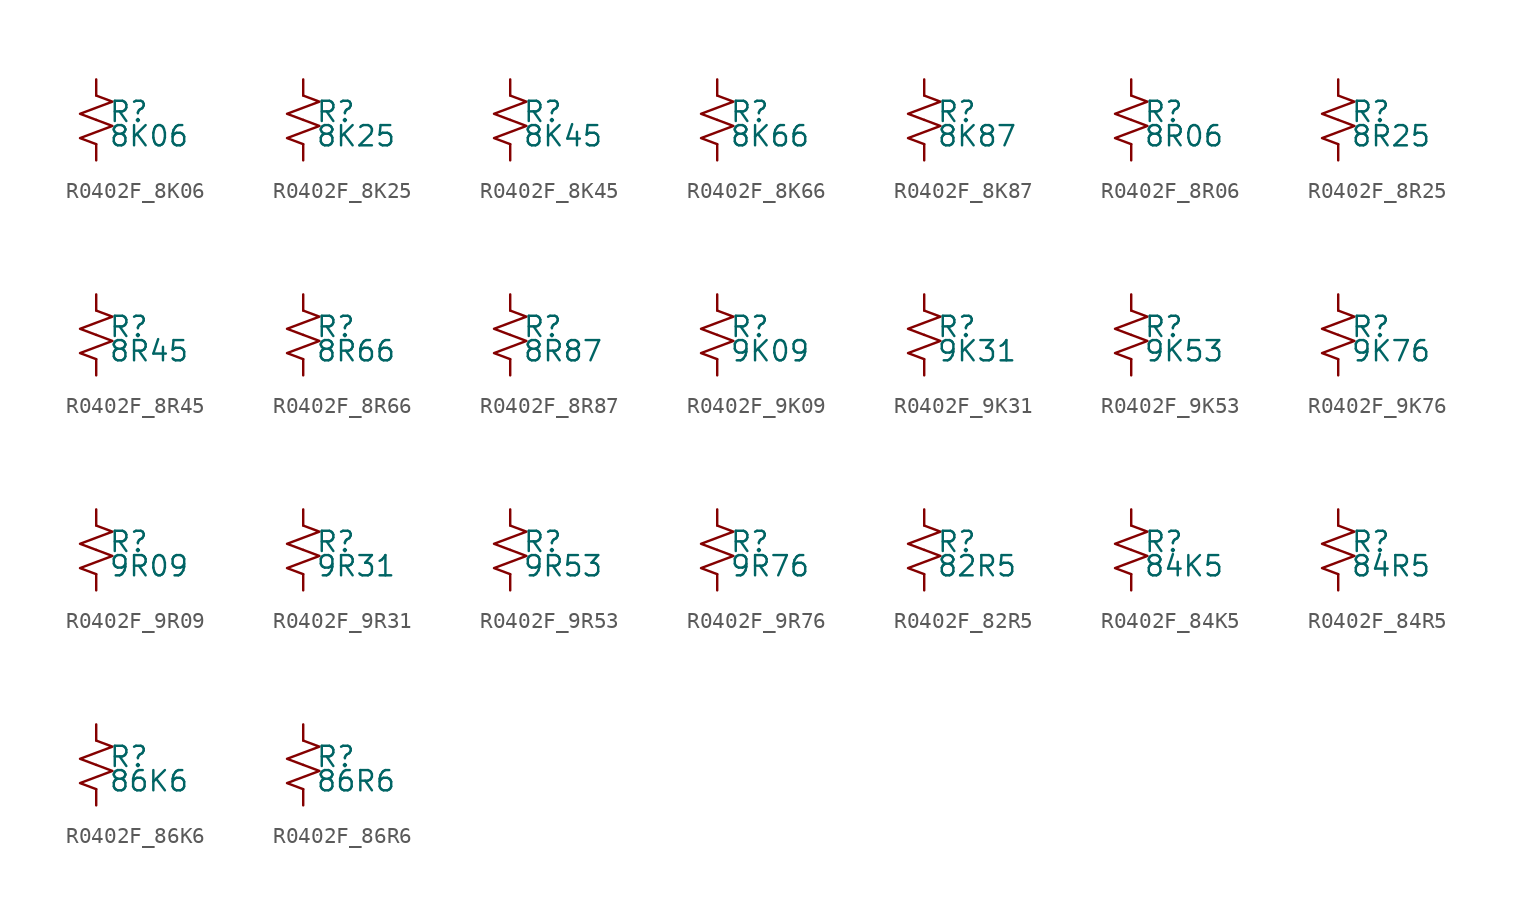
<source format=kicad_sym>
(kicad_symbol_lib
  (version 20220914)
  (generator kicad_symbol_editor)
  (symbol "R0402F_8K06"
    (pin_numbers hide)
    (pin_names
      (offset 0.254) hide)
    (property "Reference" "R"
      (at 0.762 0.508 0)
      (effects (font (size 1.27 1.27)) (justify left)))
    (property "Value" "8K06"
      (at 0.762 -1.016 0)
      (effects (font (size 1.27 1.27)) (justify left)))
    (symbol "R0402F_8K06_1_1"
      (polyline (pts (xy 0 0) (xy 1.016 -0.381) (xy 0 -0.762) (xy -1.016 -1.143) (xy 0 -1.524)) (stroke (width 0) (type default)) (fill (type none)))
      (polyline (pts (xy 0 1.524) (xy 1.016 1.143) (xy 0 0.762) (xy -1.016 0.381) (xy 0 0)) (stroke (width 0) (type default)) (fill (type none)))
      (pin passive line (at 0 2.54 270) (length 1.016) (name "~" (effects (font (size 1.27 1.27)))) (number "1" (effects (font (size 1.27 1.27)))))
      (pin passive line (at 0 -2.54 90) (length 1.016) (name "~" (effects (font (size 1.27 1.27)))) (number "2" (effects (font (size 1.27 1.27)))))))
  (symbol "R0402F_8K25"
    (pin_numbers hide)
    (pin_names
      (offset 0.254) hide)
    (property "Reference" "R"
      (at 0.762 0.508 0)
      (effects (font (size 1.27 1.27)) (justify left)))
    (property "Value" "8K25"
      (at 0.762 -1.016 0)
      (effects (font (size 1.27 1.27)) (justify left)))
    (symbol "R0402F_8K25_1_1"
      (polyline (pts (xy 0 0) (xy 1.016 -0.381) (xy 0 -0.762) (xy -1.016 -1.143) (xy 0 -1.524)) (stroke (width 0) (type default)) (fill (type none)))
      (polyline (pts (xy 0 1.524) (xy 1.016 1.143) (xy 0 0.762) (xy -1.016 0.381) (xy 0 0)) (stroke (width 0) (type default)) (fill (type none)))
      (pin passive line (at 0 2.54 270) (length 1.016) (name "~" (effects (font (size 1.27 1.27)))) (number "1" (effects (font (size 1.27 1.27)))))
      (pin passive line (at 0 -2.54 90) (length 1.016) (name "~" (effects (font (size 1.27 1.27)))) (number "2" (effects (font (size 1.27 1.27)))))))
  (symbol "R0402F_8K45"
    (pin_numbers hide)
    (pin_names
      (offset 0.254) hide)
    (property "Reference" "R"
      (at 0.762 0.508 0)
      (effects (font (size 1.27 1.27)) (justify left)))
    (property "Value" "8K45"
      (at 0.762 -1.016 0)
      (effects (font (size 1.27 1.27)) (justify left)))
    (symbol "R0402F_8K45_1_1"
      (polyline (pts (xy 0 0) (xy 1.016 -0.381) (xy 0 -0.762) (xy -1.016 -1.143) (xy 0 -1.524)) (stroke (width 0) (type default)) (fill (type none)))
      (polyline (pts (xy 0 1.524) (xy 1.016 1.143) (xy 0 0.762) (xy -1.016 0.381) (xy 0 0)) (stroke (width 0) (type default)) (fill (type none)))
      (pin passive line (at 0 2.54 270) (length 1.016) (name "~" (effects (font (size 1.27 1.27)))) (number "1" (effects (font (size 1.27 1.27)))))
      (pin passive line (at 0 -2.54 90) (length 1.016) (name "~" (effects (font (size 1.27 1.27)))) (number "2" (effects (font (size 1.27 1.27)))))))
  (symbol "R0402F_8K66"
    (pin_numbers hide)
    (pin_names
      (offset 0.254) hide)
    (property "Reference" "R"
      (at 0.762 0.508 0)
      (effects (font (size 1.27 1.27)) (justify left)))
    (property "Value" "8K66"
      (at 0.762 -1.016 0)
      (effects (font (size 1.27 1.27)) (justify left)))
    (symbol "R0402F_8K66_1_1"
      (polyline (pts (xy 0 0) (xy 1.016 -0.381) (xy 0 -0.762) (xy -1.016 -1.143) (xy 0 -1.524)) (stroke (width 0) (type default)) (fill (type none)))
      (polyline (pts (xy 0 1.524) (xy 1.016 1.143) (xy 0 0.762) (xy -1.016 0.381) (xy 0 0)) (stroke (width 0) (type default)) (fill (type none)))
      (pin passive line (at 0 2.54 270) (length 1.016) (name "~" (effects (font (size 1.27 1.27)))) (number "1" (effects (font (size 1.27 1.27)))))
      (pin passive line (at 0 -2.54 90) (length 1.016) (name "~" (effects (font (size 1.27 1.27)))) (number "2" (effects (font (size 1.27 1.27)))))))
  (symbol "R0402F_8K87"
    (pin_numbers hide)
    (pin_names
      (offset 0.254) hide)
    (property "Reference" "R"
      (at 0.762 0.508 0)
      (effects (font (size 1.27 1.27)) (justify left)))
    (property "Value" "8K87"
      (at 0.762 -1.016 0)
      (effects (font (size 1.27 1.27)) (justify left)))
    (symbol "R0402F_8K87_1_1"
      (polyline (pts (xy 0 0) (xy 1.016 -0.381) (xy 0 -0.762) (xy -1.016 -1.143) (xy 0 -1.524)) (stroke (width 0) (type default)) (fill (type none)))
      (polyline (pts (xy 0 1.524) (xy 1.016 1.143) (xy 0 0.762) (xy -1.016 0.381) (xy 0 0)) (stroke (width 0) (type default)) (fill (type none)))
      (pin passive line (at 0 2.54 270) (length 1.016) (name "~" (effects (font (size 1.27 1.27)))) (number "1" (effects (font (size 1.27 1.27)))))
      (pin passive line (at 0 -2.54 90) (length 1.016) (name "~" (effects (font (size 1.27 1.27)))) (number "2" (effects (font (size 1.27 1.27)))))))
  (symbol "R0402F_8R06"
    (pin_numbers hide)
    (pin_names
      (offset 0.254) hide)
    (property "Reference" "R"
      (at 0.762 0.508 0)
      (effects (font (size 1.27 1.27)) (justify left)))
    (property "Value" "8R06"
      (at 0.762 -1.016 0)
      (effects (font (size 1.27 1.27)) (justify left)))
    (symbol "R0402F_8R06_1_1"
      (polyline (pts (xy 0 0) (xy 1.016 -0.381) (xy 0 -0.762) (xy -1.016 -1.143) (xy 0 -1.524)) (stroke (width 0) (type default)) (fill (type none)))
      (polyline (pts (xy 0 1.524) (xy 1.016 1.143) (xy 0 0.762) (xy -1.016 0.381) (xy 0 0)) (stroke (width 0) (type default)) (fill (type none)))
      (pin passive line (at 0 2.54 270) (length 1.016) (name "~" (effects (font (size 1.27 1.27)))) (number "1" (effects (font (size 1.27 1.27)))))
      (pin passive line (at 0 -2.54 90) (length 1.016) (name "~" (effects (font (size 1.27 1.27)))) (number "2" (effects (font (size 1.27 1.27)))))))
  (symbol "R0402F_8R25"
    (pin_numbers hide)
    (pin_names
      (offset 0.254) hide)
    (property "Reference" "R"
      (at 0.762 0.508 0)
      (effects (font (size 1.27 1.27)) (justify left)))
    (property "Value" "8R25"
      (at 0.762 -1.016 0)
      (effects (font (size 1.27 1.27)) (justify left)))
    (symbol "R0402F_8R25_1_1"
      (polyline (pts (xy 0 0) (xy 1.016 -0.381) (xy 0 -0.762) (xy -1.016 -1.143) (xy 0 -1.524)) (stroke (width 0) (type default)) (fill (type none)))
      (polyline (pts (xy 0 1.524) (xy 1.016 1.143) (xy 0 0.762) (xy -1.016 0.381) (xy 0 0)) (stroke (width 0) (type default)) (fill (type none)))
      (pin passive line (at 0 2.54 270) (length 1.016) (name "~" (effects (font (size 1.27 1.27)))) (number "1" (effects (font (size 1.27 1.27)))))
      (pin passive line (at 0 -2.54 90) (length 1.016) (name "~" (effects (font (size 1.27 1.27)))) (number "2" (effects (font (size 1.27 1.27)))))))
  (symbol "R0402F_8R45"
    (pin_numbers hide)
    (pin_names
      (offset 0.254) hide)
    (property "Reference" "R"
      (at 0.762 0.508 0)
      (effects (font (size 1.27 1.27)) (justify left)))
    (property "Value" "8R45"
      (at 0.762 -1.016 0)
      (effects (font (size 1.27 1.27)) (justify left)))
    (symbol "R0402F_8R45_1_1"
      (polyline (pts (xy 0 0) (xy 1.016 -0.381) (xy 0 -0.762) (xy -1.016 -1.143) (xy 0 -1.524)) (stroke (width 0) (type default)) (fill (type none)))
      (polyline (pts (xy 0 1.524) (xy 1.016 1.143) (xy 0 0.762) (xy -1.016 0.381) (xy 0 0)) (stroke (width 0) (type default)) (fill (type none)))
      (pin passive line (at 0 2.54 270) (length 1.016) (name "~" (effects (font (size 1.27 1.27)))) (number "1" (effects (font (size 1.27 1.27)))))
      (pin passive line (at 0 -2.54 90) (length 1.016) (name "~" (effects (font (size 1.27 1.27)))) (number "2" (effects (font (size 1.27 1.27)))))))
  (symbol "R0402F_8R66"
    (pin_numbers hide)
    (pin_names
      (offset 0.254) hide)
    (property "Reference" "R"
      (at 0.762 0.508 0)
      (effects (font (size 1.27 1.27)) (justify left)))
    (property "Value" "8R66"
      (at 0.762 -1.016 0)
      (effects (font (size 1.27 1.27)) (justify left)))
    (symbol "R0402F_8R66_1_1"
      (polyline (pts (xy 0 0) (xy 1.016 -0.381) (xy 0 -0.762) (xy -1.016 -1.143) (xy 0 -1.524)) (stroke (width 0) (type default)) (fill (type none)))
      (polyline (pts (xy 0 1.524) (xy 1.016 1.143) (xy 0 0.762) (xy -1.016 0.381) (xy 0 0)) (stroke (width 0) (type default)) (fill (type none)))
      (pin passive line (at 0 2.54 270) (length 1.016) (name "~" (effects (font (size 1.27 1.27)))) (number "1" (effects (font (size 1.27 1.27)))))
      (pin passive line (at 0 -2.54 90) (length 1.016) (name "~" (effects (font (size 1.27 1.27)))) (number "2" (effects (font (size 1.27 1.27)))))))
  (symbol "R0402F_8R87"
    (pin_numbers hide)
    (pin_names
      (offset 0.254) hide)
    (property "Reference" "R"
      (at 0.762 0.508 0)
      (effects (font (size 1.27 1.27)) (justify left)))
    (property "Value" "8R87"
      (at 0.762 -1.016 0)
      (effects (font (size 1.27 1.27)) (justify left)))
    (symbol "R0402F_8R87_1_1"
      (polyline (pts (xy 0 0) (xy 1.016 -0.381) (xy 0 -0.762) (xy -1.016 -1.143) (xy 0 -1.524)) (stroke (width 0) (type default)) (fill (type none)))
      (polyline (pts (xy 0 1.524) (xy 1.016 1.143) (xy 0 0.762) (xy -1.016 0.381) (xy 0 0)) (stroke (width 0) (type default)) (fill (type none)))
      (pin passive line (at 0 2.54 270) (length 1.016) (name "~" (effects (font (size 1.27 1.27)))) (number "1" (effects (font (size 1.27 1.27)))))
      (pin passive line (at 0 -2.54 90) (length 1.016) (name "~" (effects (font (size 1.27 1.27)))) (number "2" (effects (font (size 1.27 1.27)))))))
  (symbol "R0402F_9K09"
    (pin_numbers hide)
    (pin_names
      (offset 0.254) hide)
    (property "Reference" "R"
      (at 0.762 0.508 0)
      (effects (font (size 1.27 1.27)) (justify left)))
    (property "Value" "9K09"
      (at 0.762 -1.016 0)
      (effects (font (size 1.27 1.27)) (justify left)))
    (symbol "R0402F_9K09_1_1"
      (polyline (pts (xy 0 0) (xy 1.016 -0.381) (xy 0 -0.762) (xy -1.016 -1.143) (xy 0 -1.524)) (stroke (width 0) (type default)) (fill (type none)))
      (polyline (pts (xy 0 1.524) (xy 1.016 1.143) (xy 0 0.762) (xy -1.016 0.381) (xy 0 0)) (stroke (width 0) (type default)) (fill (type none)))
      (pin passive line (at 0 2.54 270) (length 1.016) (name "~" (effects (font (size 1.27 1.27)))) (number "1" (effects (font (size 1.27 1.27)))))
      (pin passive line (at 0 -2.54 90) (length 1.016) (name "~" (effects (font (size 1.27 1.27)))) (number "2" (effects (font (size 1.27 1.27)))))))
  (symbol "R0402F_9K31"
    (pin_numbers hide)
    (pin_names
      (offset 0.254) hide)
    (property "Reference" "R"
      (at 0.762 0.508 0)
      (effects (font (size 1.27 1.27)) (justify left)))
    (property "Value" "9K31"
      (at 0.762 -1.016 0)
      (effects (font (size 1.27 1.27)) (justify left)))
    (symbol "R0402F_9K31_1_1"
      (polyline (pts (xy 0 0) (xy 1.016 -0.381) (xy 0 -0.762) (xy -1.016 -1.143) (xy 0 -1.524)) (stroke (width 0) (type default)) (fill (type none)))
      (polyline (pts (xy 0 1.524) (xy 1.016 1.143) (xy 0 0.762) (xy -1.016 0.381) (xy 0 0)) (stroke (width 0) (type default)) (fill (type none)))
      (pin passive line (at 0 2.54 270) (length 1.016) (name "~" (effects (font (size 1.27 1.27)))) (number "1" (effects (font (size 1.27 1.27)))))
      (pin passive line (at 0 -2.54 90) (length 1.016) (name "~" (effects (font (size 1.27 1.27)))) (number "2" (effects (font (size 1.27 1.27)))))))
  (symbol "R0402F_9K53"
    (pin_numbers hide)
    (pin_names
      (offset 0.254) hide)
    (property "Reference" "R"
      (at 0.762 0.508 0)
      (effects (font (size 1.27 1.27)) (justify left)))
    (property "Value" "9K53"
      (at 0.762 -1.016 0)
      (effects (font (size 1.27 1.27)) (justify left)))
    (symbol "R0402F_9K53_1_1"
      (polyline (pts (xy 0 0) (xy 1.016 -0.381) (xy 0 -0.762) (xy -1.016 -1.143) (xy 0 -1.524)) (stroke (width 0) (type default)) (fill (type none)))
      (polyline (pts (xy 0 1.524) (xy 1.016 1.143) (xy 0 0.762) (xy -1.016 0.381) (xy 0 0)) (stroke (width 0) (type default)) (fill (type none)))
      (pin passive line (at 0 2.54 270) (length 1.016) (name "~" (effects (font (size 1.27 1.27)))) (number "1" (effects (font (size 1.27 1.27)))))
      (pin passive line (at 0 -2.54 90) (length 1.016) (name "~" (effects (font (size 1.27 1.27)))) (number "2" (effects (font (size 1.27 1.27)))))))
  (symbol "R0402F_9K76"
    (pin_numbers hide)
    (pin_names
      (offset 0.254) hide)
    (property "Reference" "R"
      (at 0.762 0.508 0)
      (effects (font (size 1.27 1.27)) (justify left)))
    (property "Value" "9K76"
      (at 0.762 -1.016 0)
      (effects (font (size 1.27 1.27)) (justify left)))
    (symbol "R0402F_9K76_1_1"
      (polyline (pts (xy 0 0) (xy 1.016 -0.381) (xy 0 -0.762) (xy -1.016 -1.143) (xy 0 -1.524)) (stroke (width 0) (type default)) (fill (type none)))
      (polyline (pts (xy 0 1.524) (xy 1.016 1.143) (xy 0 0.762) (xy -1.016 0.381) (xy 0 0)) (stroke (width 0) (type default)) (fill (type none)))
      (pin passive line (at 0 2.54 270) (length 1.016) (name "~" (effects (font (size 1.27 1.27)))) (number "1" (effects (font (size 1.27 1.27)))))
      (pin passive line (at 0 -2.54 90) (length 1.016) (name "~" (effects (font (size 1.27 1.27)))) (number "2" (effects (font (size 1.27 1.27)))))))
  (symbol "R0402F_9R09"
    (pin_numbers hide)
    (pin_names
      (offset 0.254) hide)
    (property "Reference" "R"
      (at 0.762 0.508 0)
      (effects (font (size 1.27 1.27)) (justify left)))
    (property "Value" "9R09"
      (at 0.762 -1.016 0)
      (effects (font (size 1.27 1.27)) (justify left)))
    (symbol "R0402F_9R09_1_1"
      (polyline (pts (xy 0 0) (xy 1.016 -0.381) (xy 0 -0.762) (xy -1.016 -1.143) (xy 0 -1.524)) (stroke (width 0) (type default)) (fill (type none)))
      (polyline (pts (xy 0 1.524) (xy 1.016 1.143) (xy 0 0.762) (xy -1.016 0.381) (xy 0 0)) (stroke (width 0) (type default)) (fill (type none)))
      (pin passive line (at 0 2.54 270) (length 1.016) (name "~" (effects (font (size 1.27 1.27)))) (number "1" (effects (font (size 1.27 1.27)))))
      (pin passive line (at 0 -2.54 90) (length 1.016) (name "~" (effects (font (size 1.27 1.27)))) (number "2" (effects (font (size 1.27 1.27)))))))
  (symbol "R0402F_9R31"
    (pin_numbers hide)
    (pin_names
      (offset 0.254) hide)
    (property "Reference" "R"
      (at 0.762 0.508 0)
      (effects (font (size 1.27 1.27)) (justify left)))
    (property "Value" "9R31"
      (at 0.762 -1.016 0)
      (effects (font (size 1.27 1.27)) (justify left)))
    (symbol "R0402F_9R31_1_1"
      (polyline (pts (xy 0 0) (xy 1.016 -0.381) (xy 0 -0.762) (xy -1.016 -1.143) (xy 0 -1.524)) (stroke (width 0) (type default)) (fill (type none)))
      (polyline (pts (xy 0 1.524) (xy 1.016 1.143) (xy 0 0.762) (xy -1.016 0.381) (xy 0 0)) (stroke (width 0) (type default)) (fill (type none)))
      (pin passive line (at 0 2.54 270) (length 1.016) (name "~" (effects (font (size 1.27 1.27)))) (number "1" (effects (font (size 1.27 1.27)))))
      (pin passive line (at 0 -2.54 90) (length 1.016) (name "~" (effects (font (size 1.27 1.27)))) (number "2" (effects (font (size 1.27 1.27)))))))
  (symbol "R0402F_9R53"
    (pin_numbers hide)
    (pin_names
      (offset 0.254) hide)
    (property "Reference" "R"
      (at 0.762 0.508 0)
      (effects (font (size 1.27 1.27)) (justify left)))
    (property "Value" "9R53"
      (at 0.762 -1.016 0)
      (effects (font (size 1.27 1.27)) (justify left)))
    (symbol "R0402F_9R53_1_1"
      (polyline (pts (xy 0 0) (xy 1.016 -0.381) (xy 0 -0.762) (xy -1.016 -1.143) (xy 0 -1.524)) (stroke (width 0) (type default)) (fill (type none)))
      (polyline (pts (xy 0 1.524) (xy 1.016 1.143) (xy 0 0.762) (xy -1.016 0.381) (xy 0 0)) (stroke (width 0) (type default)) (fill (type none)))
      (pin passive line (at 0 2.54 270) (length 1.016) (name "~" (effects (font (size 1.27 1.27)))) (number "1" (effects (font (size 1.27 1.27)))))
      (pin passive line (at 0 -2.54 90) (length 1.016) (name "~" (effects (font (size 1.27 1.27)))) (number "2" (effects (font (size 1.27 1.27)))))))
  (symbol "R0402F_9R76"
    (pin_numbers hide)
    (pin_names
      (offset 0.254) hide)
    (property "Reference" "R"
      (at 0.762 0.508 0)
      (effects (font (size 1.27 1.27)) (justify left)))
    (property "Value" "9R76"
      (at 0.762 -1.016 0)
      (effects (font (size 1.27 1.27)) (justify left)))
    (symbol "R0402F_9R76_1_1"
      (polyline (pts (xy 0 0) (xy 1.016 -0.381) (xy 0 -0.762) (xy -1.016 -1.143) (xy 0 -1.524)) (stroke (width 0) (type default)) (fill (type none)))
      (polyline (pts (xy 0 1.524) (xy 1.016 1.143) (xy 0 0.762) (xy -1.016 0.381) (xy 0 0)) (stroke (width 0) (type default)) (fill (type none)))
      (pin passive line (at 0 2.54 270) (length 1.016) (name "~" (effects (font (size 1.27 1.27)))) (number "1" (effects (font (size 1.27 1.27)))))
      (pin passive line (at 0 -2.54 90) (length 1.016) (name "~" (effects (font (size 1.27 1.27)))) (number "2" (effects (font (size 1.27 1.27)))))))
  (symbol "R0402F_82R5"
    (pin_numbers hide)
    (pin_names
      (offset 0.254) hide)
    (property "Reference" "R"
      (at 0.762 0.508 0)
      (effects (font (size 1.27 1.27)) (justify left)))
    (property "Value" "82R5"
      (at 0.762 -1.016 0)
      (effects (font (size 1.27 1.27)) (justify left)))
    (symbol "R0402F_82R5_1_1"
      (polyline (pts (xy 0 0) (xy 1.016 -0.381) (xy 0 -0.762) (xy -1.016 -1.143) (xy 0 -1.524)) (stroke (width 0) (type default)) (fill (type none)))
      (polyline (pts (xy 0 1.524) (xy 1.016 1.143) (xy 0 0.762) (xy -1.016 0.381) (xy 0 0)) (stroke (width 0) (type default)) (fill (type none)))
      (pin passive line (at 0 2.54 270) (length 1.016) (name "~" (effects (font (size 1.27 1.27)))) (number "1" (effects (font (size 1.27 1.27)))))
      (pin passive line (at 0 -2.54 90) (length 1.016) (name "~" (effects (font (size 1.27 1.27)))) (number "2" (effects (font (size 1.27 1.27)))))))
  (symbol "R0402F_84K5"
    (pin_numbers hide)
    (pin_names
      (offset 0.254) hide)
    (property "Reference" "R"
      (at 0.762 0.508 0)
      (effects (font (size 1.27 1.27)) (justify left)))
    (property "Value" "84K5"
      (at 0.762 -1.016 0)
      (effects (font (size 1.27 1.27)) (justify left)))
    (symbol "R0402F_84K5_1_1"
      (polyline (pts (xy 0 0) (xy 1.016 -0.381) (xy 0 -0.762) (xy -1.016 -1.143) (xy 0 -1.524)) (stroke (width 0) (type default)) (fill (type none)))
      (polyline (pts (xy 0 1.524) (xy 1.016 1.143) (xy 0 0.762) (xy -1.016 0.381) (xy 0 0)) (stroke (width 0) (type default)) (fill (type none)))
      (pin passive line (at 0 2.54 270) (length 1.016) (name "~" (effects (font (size 1.27 1.27)))) (number "1" (effects (font (size 1.27 1.27)))))
      (pin passive line (at 0 -2.54 90) (length 1.016) (name "~" (effects (font (size 1.27 1.27)))) (number "2" (effects (font (size 1.27 1.27)))))))
  (symbol "R0402F_84R5"
    (pin_numbers hide)
    (pin_names
      (offset 0.254) hide)
    (property "Reference" "R"
      (at 0.762 0.508 0)
      (effects (font (size 1.27 1.27)) (justify left)))
    (property "Value" "84R5"
      (at 0.762 -1.016 0)
      (effects (font (size 1.27 1.27)) (justify left)))
    (symbol "R0402F_84R5_1_1"
      (polyline (pts (xy 0 0) (xy 1.016 -0.381) (xy 0 -0.762) (xy -1.016 -1.143) (xy 0 -1.524)) (stroke (width 0) (type default)) (fill (type none)))
      (polyline (pts (xy 0 1.524) (xy 1.016 1.143) (xy 0 0.762) (xy -1.016 0.381) (xy 0 0)) (stroke (width 0) (type default)) (fill (type none)))
      (pin passive line (at 0 2.54 270) (length 1.016) (name "~" (effects (font (size 1.27 1.27)))) (number "1" (effects (font (size 1.27 1.27)))))
      (pin passive line (at 0 -2.54 90) (length 1.016) (name "~" (effects (font (size 1.27 1.27)))) (number "2" (effects (font (size 1.27 1.27)))))))
  (symbol "R0402F_86K6"
    (pin_numbers hide)
    (pin_names
      (offset 0.254) hide)
    (property "Reference" "R"
      (at 0.762 0.508 0)
      (effects (font (size 1.27 1.27)) (justify left)))
    (property "Value" "86K6"
      (at 0.762 -1.016 0)
      (effects (font (size 1.27 1.27)) (justify left)))
    (symbol "R0402F_86K6_1_1"
      (polyline (pts (xy 0 0) (xy 1.016 -0.381) (xy 0 -0.762) (xy -1.016 -1.143) (xy 0 -1.524)) (stroke (width 0) (type default)) (fill (type none)))
      (polyline (pts (xy 0 1.524) (xy 1.016 1.143) (xy 0 0.762) (xy -1.016 0.381) (xy 0 0)) (stroke (width 0) (type default)) (fill (type none)))
      (pin passive line (at 0 2.54 270) (length 1.016) (name "~" (effects (font (size 1.27 1.27)))) (number "1" (effects (font (size 1.27 1.27)))))
      (pin passive line (at 0 -2.54 90) (length 1.016) (name "~" (effects (font (size 1.27 1.27)))) (number "2" (effects (font (size 1.27 1.27)))))))
  (symbol "R0402F_86R6"
    (pin_numbers hide)
    (pin_names
      (offset 0.254) hide)
    (property "Reference" "R"
      (at 0.762 0.508 0)
      (effects (font (size 1.27 1.27)) (justify left)))
    (property "Value" "86R6"
      (at 0.762 -1.016 0)
      (effects (font (size 1.27 1.27)) (justify left)))
    (symbol "R0402F_86R6_1_1"
      (polyline (pts (xy 0 0) (xy 1.016 -0.381) (xy 0 -0.762) (xy -1.016 -1.143) (xy 0 -1.524)) (stroke (width 0) (type default)) (fill (type none)))
      (polyline (pts (xy 0 1.524) (xy 1.016 1.143) (xy 0 0.762) (xy -1.016 0.381) (xy 0 0)) (stroke (width 0) (type default)) (fill (type none)))
      (pin passive line (at 0 2.54 270) (length 1.016) (name "~" (effects (font (size 1.27 1.27)))) (number "1" (effects (font (size 1.27 1.27)))))
      (pin passive line (at 0 -2.54 90) (length 1.016) (name "~" (effects (font (size 1.27 1.27)))) (number "2" (effects (font (size 1.27 1.27))))))))
</source>
